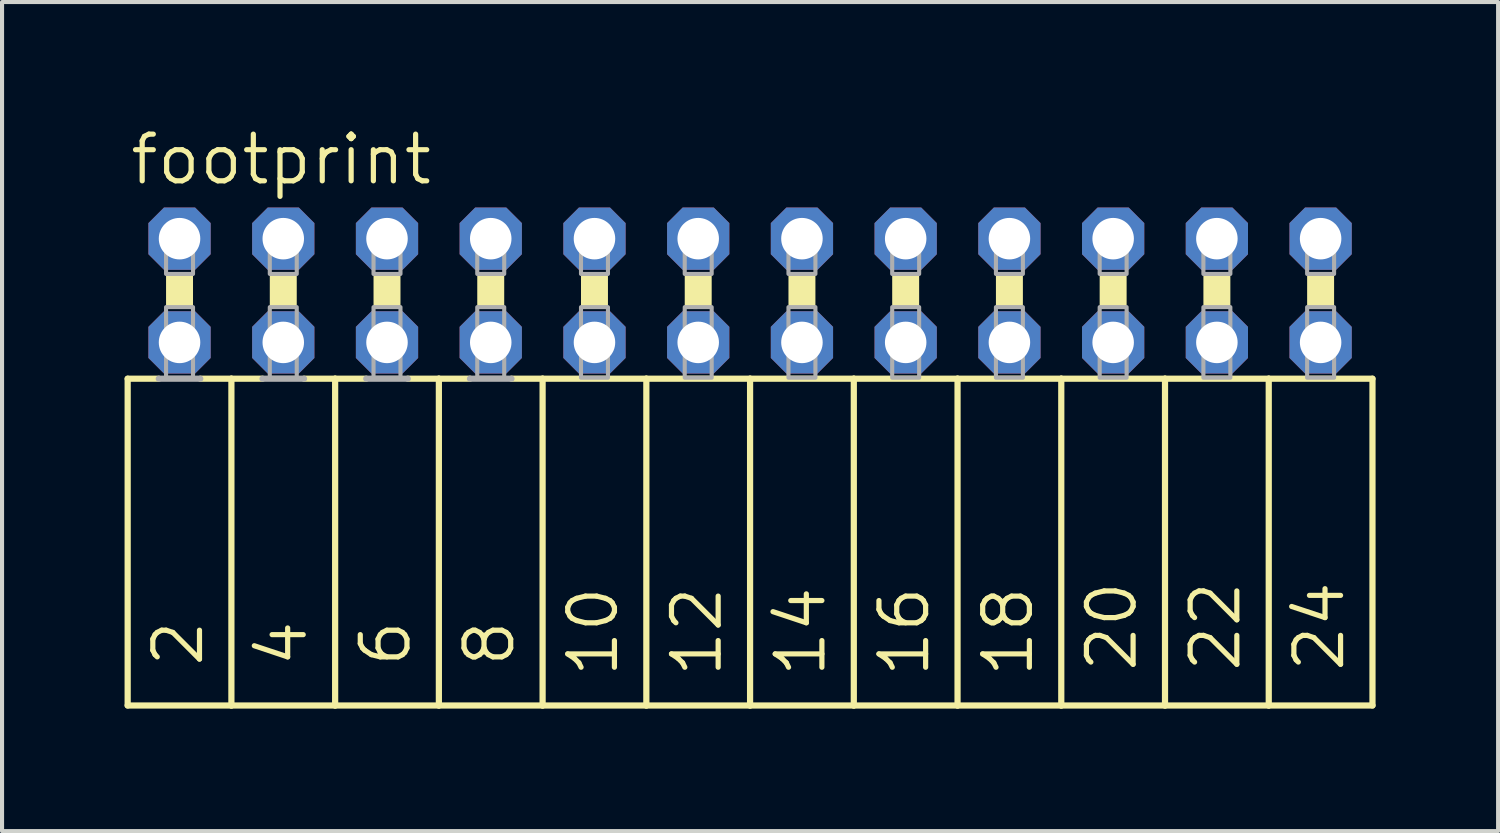
<source format=kicad_pcb>
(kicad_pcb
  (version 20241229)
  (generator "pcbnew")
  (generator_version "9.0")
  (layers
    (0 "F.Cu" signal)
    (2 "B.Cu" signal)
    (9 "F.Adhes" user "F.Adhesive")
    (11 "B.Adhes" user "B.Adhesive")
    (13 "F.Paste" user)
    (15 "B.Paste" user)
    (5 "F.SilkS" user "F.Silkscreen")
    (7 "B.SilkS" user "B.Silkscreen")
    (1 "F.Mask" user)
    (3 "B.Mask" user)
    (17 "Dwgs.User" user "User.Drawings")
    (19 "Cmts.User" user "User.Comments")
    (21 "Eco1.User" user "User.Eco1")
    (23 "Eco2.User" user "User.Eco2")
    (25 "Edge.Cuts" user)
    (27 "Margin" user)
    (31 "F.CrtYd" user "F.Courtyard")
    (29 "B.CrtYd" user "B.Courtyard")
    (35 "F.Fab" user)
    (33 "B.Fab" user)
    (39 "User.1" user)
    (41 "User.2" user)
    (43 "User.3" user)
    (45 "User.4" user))
  (footprint "footprint"
    (layer "F.Cu")
    (at 15.316 4.064)
    (property "Reference" "footprint" (at -15.24 -2.54 0) (layer "F.SilkS") (effects (font (size 1.143 1.143) (thickness 0.127)) (justify left bottom)))
    (fp_line (start -15.24 2.159) (end -15.24 10.16) (stroke (width 0.152) (type solid)) (layer "F.SilkS"))
    (fp_line (start -15.24 2.159) (end -14.478 2.159) (stroke (width 0.152) (type solid)) (layer "F.SilkS"))
    (fp_line (start -13.462 2.159) (end -12.7 2.159) (stroke (width 0.152) (type solid)) (layer "F.SilkS"))
    (fp_line (start -12.7 2.159) (end -12.7 10.16) (stroke (width 0.152) (type solid)) (layer "F.SilkS"))
    (fp_line (start -12.7 2.159) (end -11.938 2.159) (stroke (width 0.152) (type solid)) (layer "F.SilkS"))
    (fp_line (start -12.7 10.16) (end -15.24 10.16) (stroke (width 0.152) (type solid)) (layer "F.SilkS"))
    (fp_line (start -10.922 2.159) (end -10.16 2.159) (stroke (width 0.152) (type solid)) (layer "F.SilkS"))
    (fp_line (start -10.16 2.159) (end -10.16 10.16) (stroke (width 0.152) (type solid)) (layer "F.SilkS"))
    (fp_line (start -10.16 2.159) (end -9.398 2.159) (stroke (width 0.152) (type solid)) (layer "F.SilkS"))
    (fp_line (start -10.16 10.16) (end -12.7 10.16) (stroke (width 0.152) (type solid)) (layer "F.SilkS"))
    (fp_line (start -8.382 2.159) (end -7.62 2.159) (stroke (width 0.152) (type solid)) (layer "F.SilkS"))
    (fp_line (start -7.62 2.159) (end -7.62 10.16) (stroke (width 0.152) (type solid)) (layer "F.SilkS"))
    (fp_line (start -7.62 10.16) (end -10.16 10.16) (stroke (width 0.152) (type solid)) (layer "F.SilkS"))
    (fp_line (start -6.858 2.159) (end -7.62 2.159) (stroke (width 0.152) (type solid)) (layer "F.SilkS"))
    (fp_line (start -5.08 2.159) (end -5.842 2.159) (stroke (width 0.152) (type solid)) (layer "F.SilkS"))
    (fp_line (start -5.08 2.159) (end -5.08 10.16) (stroke (width 0.152) (type solid)) (layer "F.SilkS"))
    (fp_line (start -5.08 2.159) (end -2.54 2.159) (stroke (width 0.152) (type solid)) (layer "F.SilkS"))
    (fp_line (start -5.08 10.16) (end -7.62 10.16) (stroke (width 0.152) (type solid)) (layer "F.SilkS"))
    (fp_line (start -2.54 2.159) (end -2.54 10.16) (stroke (width 0.152) (type solid)) (layer "F.SilkS"))
    (fp_line (start -2.54 2.159) (end 0 2.159) (stroke (width 0.152) (type solid)) (layer "F.SilkS"))
    (fp_line (start -2.54 10.16) (end -5.08 10.16) (stroke (width 0.152) (type solid)) (layer "F.SilkS"))
    (fp_line (start 0 2.159) (end 0 10.16) (stroke (width 0.152) (type solid)) (layer "F.SilkS"))
    (fp_line (start 0 2.159) (end 2.54 2.159) (stroke (width 0.152) (type solid)) (layer "F.SilkS"))
    (fp_line (start 0 10.16) (end -2.54 10.16) (stroke (width 0.152) (type solid)) (layer "F.SilkS"))
    (fp_line (start 2.54 2.159) (end 2.54 10.16) (stroke (width 0.152) (type solid)) (layer "F.SilkS"))
    (fp_line (start 2.54 2.159) (end 5.08 2.159) (stroke (width 0.152) (type solid)) (layer "F.SilkS"))
    (fp_line (start 2.54 10.16) (end 0 10.16) (stroke (width 0.152) (type solid)) (layer "F.SilkS"))
    (fp_line (start 5.08 2.159) (end 5.08 10.16) (stroke (width 0.152) (type solid)) (layer "F.SilkS"))
    (fp_line (start 5.08 10.16) (end 2.54 10.16) (stroke (width 0.152) (type solid)) (layer "F.SilkS"))
    (fp_line (start 7.62 2.159) (end 5.08 2.159) (stroke (width 0.152) (type solid)) (layer "F.SilkS"))
    (fp_line (start 7.62 2.159) (end 7.62 10.16) (stroke (width 0.152) (type solid)) (layer "F.SilkS"))
    (fp_line (start 7.62 2.159) (end 10.16 2.159) (stroke (width 0.152) (type solid)) (layer "F.SilkS"))
    (fp_line (start 7.62 10.16) (end 5.08 10.16) (stroke (width 0.152) (type solid)) (layer "F.SilkS"))
    (fp_line (start 10.16 2.159) (end 10.16 10.16) (stroke (width 0.152) (type solid)) (layer "F.SilkS"))
    (fp_line (start 10.16 2.159) (end 12.7 2.159) (stroke (width 0.152) (type solid)) (layer "F.SilkS"))
    (fp_line (start 10.16 10.16) (end 7.62 10.16) (stroke (width 0.152) (type solid)) (layer "F.SilkS"))
    (fp_line (start 12.7 2.159) (end 12.7 10.16) (stroke (width 0.152) (type solid)) (layer "F.SilkS"))
    (fp_line (start 12.7 2.159) (end 15.24 2.159) (stroke (width 0.152) (type solid)) (layer "F.SilkS"))
    (fp_line (start 12.7 10.16) (end 10.16 10.16) (stroke (width 0.152) (type solid)) (layer "F.SilkS"))
    (fp_line (start 15.24 2.159) (end 15.24 10.16) (stroke (width 0.152) (type solid)) (layer "F.SilkS"))
    (fp_line (start 15.24 10.16) (end 12.7 10.16) (stroke (width 0.152) (type solid)) (layer "F.SilkS"))
    (fp_poly (pts (xy -14.3 0.406) (xy -13.64 0.406) (xy -13.64 -0.406) (xy -14.3 -0.406)) (stroke (width 0) (type solid)) (fill yes) (layer "F.SilkS"))
    (fp_poly (pts (xy -11.76 0.406) (xy -11.1 0.406) (xy -11.1 -0.406) (xy -11.76 -0.406)) (stroke (width 0) (type solid)) (fill yes) (layer "F.SilkS"))
    (fp_poly (pts (xy -9.22 0.406) (xy -8.56 0.406) (xy -8.56 -0.406) (xy -9.22 -0.406)) (stroke (width 0) (type solid)) (fill yes) (layer "F.SilkS"))
    (fp_poly (pts (xy -6.68 0.406) (xy -6.02 0.406) (xy -6.02 -0.406) (xy -6.68 -0.406)) (stroke (width 0) (type solid)) (fill yes) (layer "F.SilkS"))
    (fp_poly (pts (xy -4.14 0.406) (xy -3.48 0.406) (xy -3.48 -0.406) (xy -4.14 -0.406)) (stroke (width 0) (type solid)) (fill yes) (layer "F.SilkS"))
    (fp_poly (pts (xy -1.6 0.406) (xy -0.94 0.406) (xy -0.94 -0.406) (xy -1.6 -0.406)) (stroke (width 0) (type solid)) (fill yes) (layer "F.SilkS"))
    (fp_poly (pts (xy 0.94 0.406) (xy 1.6 0.406) (xy 1.6 -0.406) (xy 0.94 -0.406)) (stroke (width 0) (type solid)) (fill yes) (layer "F.SilkS"))
    (fp_poly (pts (xy 3.48 0.406) (xy 4.14 0.406) (xy 4.14 -0.406) (xy 3.48 -0.406)) (stroke (width 0) (type solid)) (fill yes) (layer "F.SilkS"))
    (fp_poly (pts (xy 6.02 0.406) (xy 6.68 0.406) (xy 6.68 -0.406) (xy 6.02 -0.406)) (stroke (width 0) (type solid)) (fill yes) (layer "F.SilkS"))
    (fp_poly (pts (xy 8.56 0.406) (xy 9.22 0.406) (xy 9.22 -0.406) (xy 8.56 -0.406)) (stroke (width 0) (type solid)) (fill yes) (layer "F.SilkS"))
    (fp_poly (pts (xy 11.1 0.406) (xy 11.76 0.406) (xy 11.76 -0.406) (xy 11.1 -0.406)) (stroke (width 0) (type solid)) (fill yes) (layer "F.SilkS"))
    (fp_poly (pts (xy 13.64 0.406) (xy 14.3 0.406) (xy 14.3 -0.406) (xy 13.64 -0.406)) (stroke (width 0) (type solid)) (fill yes) (layer "F.SilkS"))
    (fp_line (start -14.478 2.159) (end -13.462 2.159) (stroke (width 0.152) (type solid)) (layer "F.Fab"))
    (fp_line (start -11.938 2.159) (end -10.922 2.159) (stroke (width 0.152) (type solid)) (layer "F.Fab"))
    (fp_line (start -9.398 2.159) (end -8.382 2.159) (stroke (width 0.152) (type solid)) (layer "F.Fab"))
    (fp_line (start -5.842 2.159) (end -6.858 2.159) (stroke (width 0.152) (type solid)) (layer "F.Fab"))
    (fp_poly (pts (xy -14.3 -0.406) (xy -13.64 -0.406) (xy -13.64 -1.575) (xy -14.3 -1.575)) (stroke (width 0.1) (type solid)) (fill no) (layer "F.Fab"))
    (fp_poly (pts (xy -14.3 2.134) (xy -13.64 2.134) (xy -13.64 0.406) (xy -14.3 0.406)) (stroke (width 0.1) (type solid)) (fill no) (layer "F.Fab"))
    (fp_poly (pts (xy -11.76 -0.406) (xy -11.1 -0.406) (xy -11.1 -1.575) (xy -11.76 -1.575)) (stroke (width 0.1) (type solid)) (fill no) (layer "F.Fab"))
    (fp_poly (pts (xy -11.76 2.134) (xy -11.1 2.134) (xy -11.1 0.406) (xy -11.76 0.406)) (stroke (width 0.1) (type solid)) (fill no) (layer "F.Fab"))
    (fp_poly (pts (xy -9.22 -0.406) (xy -8.56 -0.406) (xy -8.56 -1.575) (xy -9.22 -1.575)) (stroke (width 0.1) (type solid)) (fill no) (layer "F.Fab"))
    (fp_poly (pts (xy -9.22 2.134) (xy -8.56 2.134) (xy -8.56 0.406) (xy -9.22 0.406)) (stroke (width 0.1) (type solid)) (fill no) (layer "F.Fab"))
    (fp_poly (pts (xy -6.68 -0.406) (xy -6.02 -0.406) (xy -6.02 -1.575) (xy -6.68 -1.575)) (stroke (width 0.1) (type solid)) (fill no) (layer "F.Fab"))
    (fp_poly (pts (xy -6.68 2.134) (xy -6.02 2.134) (xy -6.02 0.406) (xy -6.68 0.406)) (stroke (width 0.1) (type solid)) (fill no) (layer "F.Fab"))
    (fp_poly (pts (xy -4.14 -0.406) (xy -3.48 -0.406) (xy -3.48 -1.575) (xy -4.14 -1.575)) (stroke (width 0.1) (type solid)) (fill no) (layer "F.Fab"))
    (fp_poly (pts (xy -4.14 2.134) (xy -3.48 2.134) (xy -3.48 0.406) (xy -4.14 0.406)) (stroke (width 0.1) (type solid)) (fill no) (layer "F.Fab"))
    (fp_poly (pts (xy -1.6 -0.406) (xy -0.94 -0.406) (xy -0.94 -1.575) (xy -1.6 -1.575)) (stroke (width 0.1) (type solid)) (fill no) (layer "F.Fab"))
    (fp_poly (pts (xy -1.6 2.134) (xy -0.94 2.134) (xy -0.94 0.406) (xy -1.6 0.406)) (stroke (width 0.1) (type solid)) (fill no) (layer "F.Fab"))
    (fp_poly (pts (xy 0.94 -0.406) (xy 1.6 -0.406) (xy 1.6 -1.575) (xy 0.94 -1.575)) (stroke (width 0.1) (type solid)) (fill no) (layer "F.Fab"))
    (fp_poly (pts (xy 0.94 2.134) (xy 1.6 2.134) (xy 1.6 0.406) (xy 0.94 0.406)) (stroke (width 0.1) (type solid)) (fill no) (layer "F.Fab"))
    (fp_poly (pts (xy 3.48 -0.406) (xy 4.14 -0.406) (xy 4.14 -1.575) (xy 3.48 -1.575)) (stroke (width 0.1) (type solid)) (fill no) (layer "F.Fab"))
    (fp_poly (pts (xy 3.48 2.134) (xy 4.14 2.134) (xy 4.14 0.406) (xy 3.48 0.406)) (stroke (width 0.1) (type solid)) (fill no) (layer "F.Fab"))
    (fp_poly (pts (xy 6.02 -0.406) (xy 6.68 -0.406) (xy 6.68 -1.575) (xy 6.02 -1.575)) (stroke (width 0.1) (type solid)) (fill no) (layer "F.Fab"))
    (fp_poly (pts (xy 6.02 2.134) (xy 6.68 2.134) (xy 6.68 0.406) (xy 6.02 0.406)) (stroke (width 0.1) (type solid)) (fill no) (layer "F.Fab"))
    (fp_poly (pts (xy 8.56 -0.406) (xy 9.22 -0.406) (xy 9.22 -1.575) (xy 8.56 -1.575)) (stroke (width 0.1) (type solid)) (fill no) (layer "F.Fab"))
    (fp_poly (pts (xy 8.56 2.134) (xy 9.22 2.134) (xy 9.22 0.406) (xy 8.56 0.406)) (stroke (width 0.1) (type solid)) (fill no) (layer "F.Fab"))
    (fp_poly (pts (xy 11.1 -0.406) (xy 11.76 -0.406) (xy 11.76 -1.575) (xy 11.1 -1.575)) (stroke (width 0.1) (type solid)) (fill no) (layer "F.Fab"))
    (fp_poly (pts (xy 11.1 2.134) (xy 11.76 2.134) (xy 11.76 0.406) (xy 11.1 0.406)) (stroke (width 0.1) (type solid)) (fill no) (layer "F.Fab"))
    (fp_poly (pts (xy 13.64 -0.406) (xy 14.3 -0.406) (xy 14.3 -1.575) (xy 13.64 -1.575)) (stroke (width 0.1) (type solid)) (fill no) (layer "F.Fab"))
    (fp_poly (pts (xy 13.64 2.134) (xy 14.3 2.134) (xy 14.3 0.406) (xy 13.64 0.406)) (stroke (width 0.1) (type solid)) (fill no) (layer "F.Fab"))
    (fp_text user "8" (at -5.715 9.271 90) (layer "F.SilkS") (effects (font (size 1.143 1.143) (thickness 0.127)) (justify left bottom)))
    (fp_text user "12" (at -0.635 9.525 90) (layer "F.SilkS") (effects (font (size 1.143 1.143) (thickness 0.127)) (justify left bottom)))
    (fp_text user "4" (at -10.795 9.271 90) (layer "F.SilkS") (effects (font (size 1.143 1.143) (thickness 0.127)) (justify left bottom)))
    (fp_text user "20" (at 9.525 9.398 90) (layer "F.SilkS") (effects (font (size 1.143 1.143) (thickness 0.127)) (justify left bottom)))
    (fp_text user "22" (at 12.065 9.398 90) (layer "F.SilkS") (effects (font (size 1.143 1.143) (thickness 0.127)) (justify left bottom)))
    (fp_text user "16" (at 4.445 9.525 90) (layer "F.SilkS") (effects (font (size 1.143 1.143) (thickness 0.127)) (justify left bottom)))
    (fp_text user "6" (at -8.255 9.271 90) (layer "F.SilkS") (effects (font (size 1.143 1.143) (thickness 0.127)) (justify left bottom)))
    (fp_text user "14" (at 1.905 9.525 90) (layer "F.SilkS") (effects (font (size 1.143 1.143) (thickness 0.127)) (justify left bottom)))
    (fp_text user "10" (at -3.175 9.525 90) (layer "F.SilkS") (effects (font (size 1.143 1.143) (thickness 0.127)) (justify left bottom)))
    (fp_text user "24" (at 14.605 9.398 90) (layer "F.SilkS") (effects (font (size 1.143 1.143) (thickness 0.127)) (justify left bottom)))
    (fp_text user "18" (at 6.985 9.525 90) (layer "F.SilkS") (effects (font (size 1.143 1.143) (thickness 0.127)) (justify left bottom)))
    (fp_text user "2" (at -13.335 9.271 90) (layer "F.SilkS") (effects (font (size 1.143 1.143) (thickness 0.127)) (justify left bottom)))
    (pad "1" thru_hole roundrect (at -13.97 -1.27) (size 1.524 1.524) (drill 1.016) (layers "*.Cu" "*.Mask") (roundrect_rratio 0.25) (chamfer_ratio 0.25) (chamfer top_left top_right bottom_left bottom_right))
    (pad "2" thru_hole roundrect (at -13.97 1.27) (size 1.524 1.524) (drill 1.016) (layers "*.Cu" "*.Mask") (roundrect_rratio 0.25) (chamfer_ratio 0.25) (chamfer top_left top_right bottom_left bottom_right))
    (pad "3" thru_hole roundrect (at -11.43 -1.27) (size 1.524 1.524) (drill 1.016) (layers "*.Cu" "*.Mask") (roundrect_rratio 0.25) (chamfer_ratio 0.25) (chamfer top_left top_right bottom_left bottom_right))
    (pad "4" thru_hole roundrect (at -11.43 1.27) (size 1.524 1.524) (drill 1.016) (layers "*.Cu" "*.Mask") (roundrect_rratio 0.25) (chamfer_ratio 0.25) (chamfer top_left top_right bottom_left bottom_right))
    (pad "5" thru_hole roundrect (at -8.89 -1.27) (size 1.524 1.524) (drill 1.016) (layers "*.Cu" "*.Mask") (roundrect_rratio 0.25) (chamfer_ratio 0.25) (chamfer top_left top_right bottom_left bottom_right))
    (pad "6" thru_hole roundrect (at -8.89 1.27) (size 1.524 1.524) (drill 1.016) (layers "*.Cu" "*.Mask") (roundrect_rratio 0.25) (chamfer_ratio 0.25) (chamfer top_left top_right bottom_left bottom_right))
    (pad "7" thru_hole roundrect (at -6.35 -1.27) (size 1.524 1.524) (drill 1.016) (layers "*.Cu" "*.Mask") (roundrect_rratio 0.25) (chamfer_ratio 0.25) (chamfer top_left top_right bottom_left bottom_right))
    (pad "8" thru_hole roundrect (at -6.35 1.27) (size 1.524 1.524) (drill 1.016) (layers "*.Cu" "*.Mask") (roundrect_rratio 0.25) (chamfer_ratio 0.25) (chamfer top_left top_right bottom_left bottom_right))
    (pad "9" thru_hole roundrect (at -3.81 -1.27) (size 1.524 1.524) (drill 1.016) (layers "*.Cu" "*.Mask") (roundrect_rratio 0.25) (chamfer_ratio 0.25) (chamfer top_left top_right bottom_left bottom_right))
    (pad "10" thru_hole roundrect (at -3.81 1.27) (size 1.524 1.524) (drill 1.016) (layers "*.Cu" "*.Mask") (roundrect_rratio 0.25) (chamfer_ratio 0.25) (chamfer top_left top_right bottom_left bottom_right))
    (pad "11" thru_hole roundrect (at -1.27 -1.27) (size 1.524 1.524) (drill 1.016) (layers "*.Cu" "*.Mask") (roundrect_rratio 0.25) (chamfer_ratio 0.25) (chamfer top_left top_right bottom_left bottom_right))
    (pad "12" thru_hole roundrect (at -1.27 1.27) (size 1.524 1.524) (drill 1.016) (layers "*.Cu" "*.Mask") (roundrect_rratio 0.25) (chamfer_ratio 0.25) (chamfer top_left top_right bottom_left bottom_right))
    (pad "13" thru_hole roundrect (at 1.27 -1.27) (size 1.524 1.524) (drill 1.016) (layers "*.Cu" "*.Mask") (roundrect_rratio 0.25) (chamfer_ratio 0.25) (chamfer top_left top_right bottom_left bottom_right))
    (pad "14" thru_hole roundrect (at 1.27 1.27) (size 1.524 1.524) (drill 1.016) (layers "*.Cu" "*.Mask") (roundrect_rratio 0.25) (chamfer_ratio 0.25) (chamfer top_left top_right bottom_left bottom_right))
    (pad "15" thru_hole roundrect (at 3.81 -1.27) (size 1.524 1.524) (drill 1.016) (layers "*.Cu" "*.Mask") (roundrect_rratio 0.25) (chamfer_ratio 0.25) (chamfer top_left top_right bottom_left bottom_right))
    (pad "16" thru_hole roundrect (at 3.81 1.27) (size 1.524 1.524) (drill 1.016) (layers "*.Cu" "*.Mask") (roundrect_rratio 0.25) (chamfer_ratio 0.25) (chamfer top_left top_right bottom_left bottom_right))
    (pad "17" thru_hole roundrect (at 6.35 -1.27) (size 1.524 1.524) (drill 1.016) (layers "*.Cu" "*.Mask") (roundrect_rratio 0.25) (chamfer_ratio 0.25) (chamfer top_left top_right bottom_left bottom_right))
    (pad "18" thru_hole roundrect (at 6.35 1.27) (size 1.524 1.524) (drill 1.016) (layers "*.Cu" "*.Mask") (roundrect_rratio 0.25) (chamfer_ratio 0.25) (chamfer top_left top_right bottom_left bottom_right))
    (pad "19" thru_hole roundrect (at 8.89 -1.27) (size 1.524 1.524) (drill 1.016) (layers "*.Cu" "*.Mask") (roundrect_rratio 0.25) (chamfer_ratio 0.25) (chamfer top_left top_right bottom_left bottom_right))
    (pad "20" thru_hole roundrect (at 8.89 1.27) (size 1.524 1.524) (drill 1.016) (layers "*.Cu" "*.Mask") (roundrect_rratio 0.25) (chamfer_ratio 0.25) (chamfer top_left top_right bottom_left bottom_right))
    (pad "21" thru_hole roundrect (at 11.43 -1.27) (size 1.524 1.524) (drill 1.016) (layers "*.Cu" "*.Mask") (roundrect_rratio 0.25) (chamfer_ratio 0.25) (chamfer top_left top_right bottom_left bottom_right))
    (pad "22" thru_hole roundrect (at 11.43 1.27) (size 1.524 1.524) (drill 1.016) (layers "*.Cu" "*.Mask") (roundrect_rratio 0.25) (chamfer_ratio 0.25) (chamfer top_left top_right bottom_left bottom_right))
    (pad "23" thru_hole roundrect (at 13.97 -1.27) (size 1.524 1.524) (drill 1.016) (layers "*.Cu" "*.Mask") (roundrect_rratio 0.25) (chamfer_ratio 0.25) (chamfer top_left top_right bottom_left bottom_right))
    (pad "24" thru_hole roundrect (at 13.97 1.27) (size 1.524 1.524) (drill 1.016) (layers "*.Cu" "*.Mask") (roundrect_rratio 0.25) (chamfer_ratio 0.25) (chamfer top_left top_right bottom_left bottom_right)))
  (gr_rect
    (start -3 -3)
    (end 33.632 17.3)
    (stroke (width 0.1) (type default))
    (fill no)
    (layer "Edge.Cuts")))
</source>
